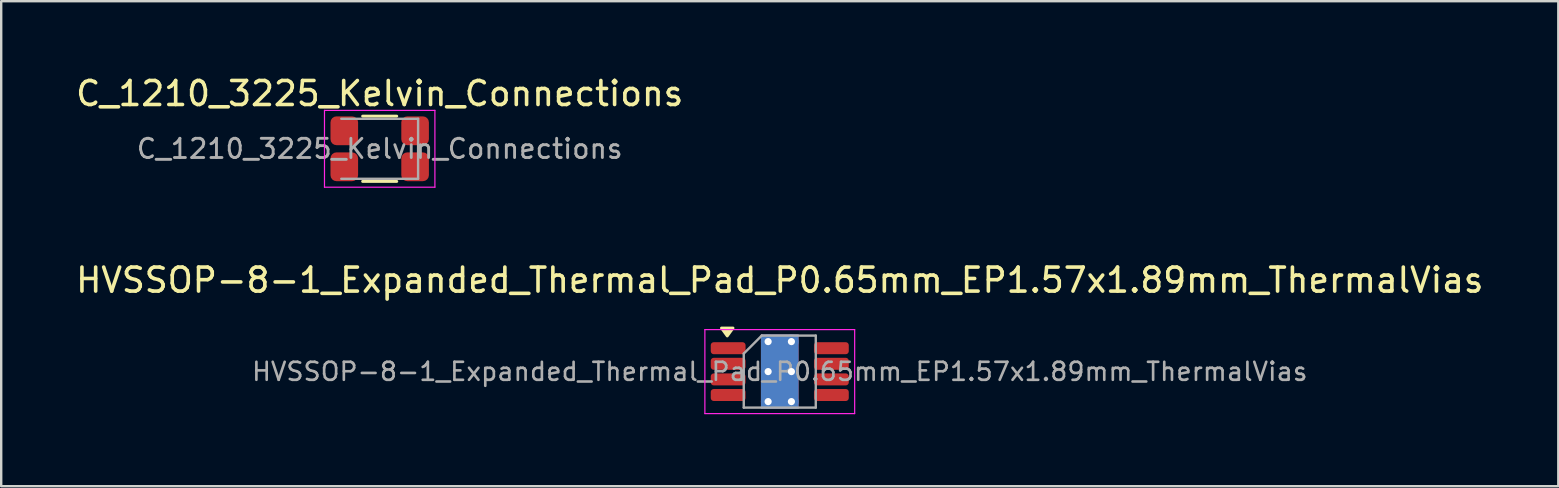
<source format=kicad_pcb>
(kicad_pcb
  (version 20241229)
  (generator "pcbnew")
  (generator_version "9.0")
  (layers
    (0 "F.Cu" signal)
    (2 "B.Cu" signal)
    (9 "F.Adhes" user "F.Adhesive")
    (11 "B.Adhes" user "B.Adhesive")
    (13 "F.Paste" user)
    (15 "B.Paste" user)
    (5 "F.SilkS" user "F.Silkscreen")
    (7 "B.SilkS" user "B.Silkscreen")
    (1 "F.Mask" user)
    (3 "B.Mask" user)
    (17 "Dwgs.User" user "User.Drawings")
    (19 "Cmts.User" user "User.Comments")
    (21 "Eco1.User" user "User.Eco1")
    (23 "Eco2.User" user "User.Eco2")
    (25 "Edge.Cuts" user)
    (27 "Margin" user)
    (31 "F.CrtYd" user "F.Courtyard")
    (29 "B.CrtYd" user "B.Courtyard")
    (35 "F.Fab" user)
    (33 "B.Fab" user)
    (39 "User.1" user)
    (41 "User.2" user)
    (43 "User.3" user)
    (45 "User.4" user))
  (footprint "HVSSOP-8-1_Expanded_Thermal_Pad_P0.65mm_EP1.57x1.89mm_ThermalVias"
    (layer "F.Cu")
    (at 29.435 12.431)
    (property "Reference" "HVSSOP-8-1_Expanded_Thermal_Pad_P0.65mm_EP1.57x1.89mm_ThermalVias" (at 0 -3.81 0) (layer "F.SilkS") (effects (font (size 1 1) (thickness 0.15))))
    (attr smd)
    (fp_rect (start -0.785 -0.945) (end 0.785 0.945) (stroke (width 0) (type default)) (fill yes) (layer "F.Mask"))
    (fp_poly (pts (xy -2.188 -1.485) (xy -2.428 -1.815) (xy -1.948 -1.815) (xy -2.188 -1.485)) (stroke (width 0.12) (type solid)) (fill yes) (layer "F.SilkS"))
    (fp_line (start -3.12 -1.75) (end -3.12 1.75) (stroke (width 0.05) (type solid)) (layer "F.CrtYd"))
    (fp_line (start -3.12 1.75) (end 3.12 1.75) (stroke (width 0.05) (type solid)) (layer "F.CrtYd"))
    (fp_line (start 3.12 -1.75) (end -3.12 -1.75) (stroke (width 0.05) (type solid)) (layer "F.CrtYd"))
    (fp_line (start 3.12 1.75) (end 3.12 -1.75) (stroke (width 0.05) (type solid)) (layer "F.CrtYd"))
    (fp_line (start -1.5 -0.75) (end -0.75 -1.5) (stroke (width 0.1) (type solid)) (layer "F.Fab"))
    (fp_line (start -1.5 1.5) (end -1.5 -0.75) (stroke (width 0.1) (type solid)) (layer "F.Fab"))
    (fp_line (start -0.75 -1.5) (end 1.5 -1.5) (stroke (width 0.1) (type solid)) (layer "F.Fab"))
    (fp_line (start 1.5 -1.5) (end 1.5 1.5) (stroke (width 0.1) (type solid)) (layer "F.Fab"))
    (fp_line (start 1.5 1.5) (end -1.5 1.5) (stroke (width 0.1) (type solid)) (layer "F.Fab"))
    (fp_text user "${REFERENCE}" (at 0 0 0) (layer "F.Fab") (effects (font (size 0.75 0.75) (thickness 0.11))))
    (pad "" smd roundrect (at -0.39 -0.47) (size 0.63 0.76) (layers "F.Paste") (roundrect_rratio 0.25))
    (pad "" smd roundrect (at -0.39 0.47) (size 0.63 0.76) (layers "F.Paste") (roundrect_rratio 0.25))
    (pad "" smd roundrect (at 0.39 -0.47) (size 0.63 0.76) (layers "F.Paste") (roundrect_rratio 0.25))
    (pad "" smd roundrect (at 0.39 0.47) (size 0.63 0.76) (layers "F.Paste") (roundrect_rratio 0.25))
    (pad "1" smd roundrect (at -2.15 -0.975) (size 1.45 0.5) (layers "F.Cu" "F.Mask" "F.Paste") (roundrect_rratio 0.25))
    (pad "2" smd roundrect (at -2.15 -0.325) (size 1.45 0.5) (layers "F.Cu" "F.Mask" "F.Paste") (roundrect_rratio 0.25))
    (pad "3" smd roundrect (at -2.15 0.325) (size 1.45 0.5) (layers "F.Cu" "F.Mask" "F.Paste") (roundrect_rratio 0.25))
    (pad "4" smd roundrect (at -2.15 0.975) (size 1.45 0.5) (layers "F.Cu" "F.Mask" "F.Paste") (roundrect_rratio 0.25))
    (pad "5" smd roundrect (at 2.15 0.975) (size 1.45 0.5) (layers "F.Cu" "F.Mask" "F.Paste") (roundrect_rratio 0.25))
    (pad "6" smd roundrect (at 2.15 0.325) (size 1.45 0.5) (layers "F.Cu" "F.Mask" "F.Paste") (roundrect_rratio 0.25))
    (pad "7" smd roundrect (at 2.15 -0.325) (size 1.45 0.5) (layers "F.Cu" "F.Mask" "F.Paste") (roundrect_rratio 0.25))
    (pad "8" smd roundrect (at 2.15 -0.975) (size 1.45 0.5) (layers "F.Cu" "F.Mask" "F.Paste") (roundrect_rratio 0.25))
    (pad "9" thru_hole circle (at -0.485 -1.25) (size 0.6 0.6) (drill 0.3) (property pad_prop_heatsink) (layers "*.Cu"))
    (pad "9" thru_hole circle (at -0.485 0) (size 0.6 0.6) (drill 0.3) (property pad_prop_heatsink) (layers "*.Cu"))
    (pad "9" thru_hole circle (at -0.485 1.25) (size 0.6 0.6) (drill 0.3) (property pad_prop_heatsink) (layers "*.Cu"))
    (pad "9" smd rect (at 0 0) (size 1.57 3.1) (property pad_prop_heatsink) (layers "F.Cu"))
    (pad "9" smd rect (at 0 0) (size 1.57 3.1) (property pad_prop_heatsink) (layers "B.Cu"))
    (pad "9" thru_hole circle (at 0.485 -1.25) (size 0.6 0.6) (drill 0.3) (property pad_prop_heatsink) (layers "*.Cu"))
    (pad "9" thru_hole circle (at 0.485 0) (size 0.6 0.6) (drill 0.3) (property pad_prop_heatsink) (layers "*.Cu"))
    (pad "9" thru_hole circle (at 0.485 1.25) (size 0.6 0.6) (drill 0.3) (property pad_prop_heatsink) (layers "*.Cu")))
  (footprint "C_1210_3225_Kelvin_Connections"
    (layer "F.Cu")
    (at 12.768 3.148)
    (property "Reference" "C_1210_3225_Kelvin_Connections" (at 0 -2.3 0) (layer "F.SilkS") (effects (font (size 1 1) (thickness 0.15))))
    (attr smd)
    (fp_line (start -0.711 -1.36) (end 0.711 -1.36) (stroke (width 0.12) (type solid)) (layer "F.SilkS"))
    (fp_line (start -0.711 1.36) (end 0.711 1.36) (stroke (width 0.12) (type solid)) (layer "F.SilkS"))
    (fp_rect (start -1.8 -1.1) (end -1.15 1.1) (stroke (width 0.5) (type solid)) (fill yes) (layer "F.Paste"))
    (fp_rect (start 1.15 -1.1) (end 1.8 1.1) (stroke (width 0.5) (type solid)) (fill yes) (layer "F.Paste"))
    (fp_line (start -2.3 -1.6) (end 2.3 -1.6) (stroke (width 0.05) (type solid)) (layer "F.CrtYd"))
    (fp_line (start -2.3 1.6) (end -2.3 -1.6) (stroke (width 0.05) (type solid)) (layer "F.CrtYd"))
    (fp_line (start 2.3 -1.6) (end 2.3 1.6) (stroke (width 0.05) (type solid)) (layer "F.CrtYd"))
    (fp_line (start 2.3 1.6) (end -2.3 1.6) (stroke (width 0.05) (type solid)) (layer "F.CrtYd"))
    (fp_line (start -1.6 -1.25) (end 1.6 -1.25) (stroke (width 0.1) (type solid)) (layer "F.Fab"))
    (fp_line (start 1.6 -1.25) (end 1.6 1.25) (stroke (width 0.1) (type solid)) (layer "F.Fab"))
    (fp_line (start 1.6 1.25) (end -1.6 1.25) (stroke (width 0.1) (type solid)) (layer "F.Fab"))
    (fp_text user "${REFERENCE}" (at 0 0 0) (layer "F.Fab") (effects (font (size 0.8 0.8) (thickness 0.12))))
    (pad "1" smd roundrect (at -1.475 -0.75) (size 1.15 1.2) (layers "F.Cu" "F.Mask") (roundrect_rratio 0.217))
    (pad "1" smd roundrect (at -1.475 0.75) (size 1.15 1.2) (layers "F.Cu" "F.Mask") (roundrect_rratio 0.217))
    (pad "2" smd roundrect (at 1.475 -0.75) (size 1.15 1.2) (layers "F.Cu" "F.Mask") (roundrect_rratio 0.217))
    (pad "2" smd roundrect (at 1.475 0.75) (size 1.15 1.2) (layers "F.Cu" "F.Mask") (roundrect_rratio 0.217)))
  (gr_rect
    (start -3 -3)
    (end 61.869 17.206)
    (stroke (width 0.1) (type default))
    (fill no)
    (layer "Edge.Cuts")))
</source>
